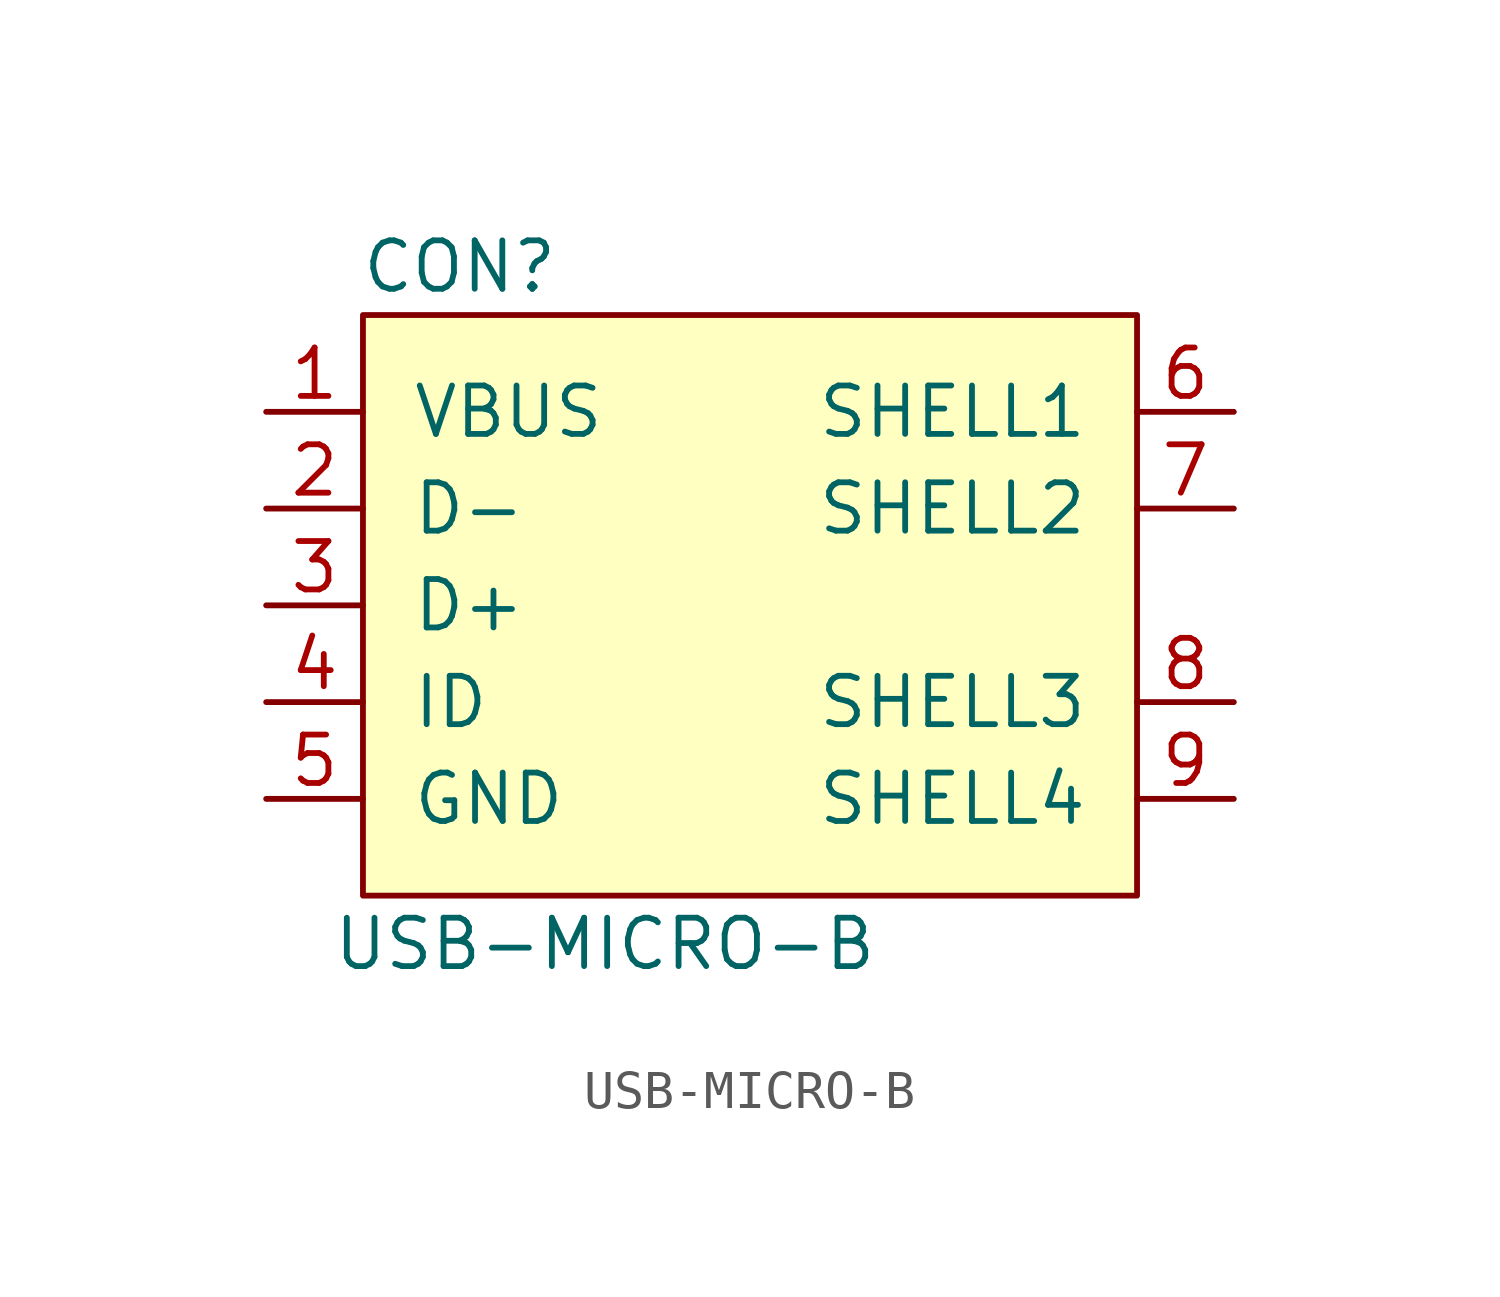
<source format=kicad_sym>
(kicad_symbol_lib
  (version 20211014)
  (generator kicad_symbol_editor)
  (symbol "USB-MICRO-B"
    (pin_names
      (offset 1.27))
    (property "Reference" "CON"
      (at -7.62 8.89 0)
      (effects (font (size 1.27 1.27))))
    (property "Value" "USB-MICRO-B"
      (at -3.81 -8.89 0)
      (effects (font (size 1.27 1.27))))
    (property "Footprint" ""
      (at 0 -2.54 0)
      (effects (font (size 1.27 1.27))))
    (property "Datasheet" ""
      (at 0 -2.54 0)
      (effects (font (size 1.27 1.27))))
    (symbol "USB-MICRO-B_0_1"
      (rectangle (start -10.16 7.62) (end 10.16 -7.62) (stroke (width 0) (type default) (color 0 0 0 0)) (fill (type background))))
    (symbol "USB-MICRO-B_1_1"
      (pin power_in line (at -12.7 5.08 0) (length 2.54) (name "VBUS" (effects (font (size 1.27 1.27)))) (number "1" (effects (font (size 1.27 1.27)))))
      (pin bidirectional line (at -12.7 2.54 0) (length 2.54) (name "D-" (effects (font (size 1.27 1.27)))) (number "2" (effects (font (size 1.27 1.27)))))
      (pin bidirectional line (at -12.7 0 0) (length 2.54) (name "D+" (effects (font (size 1.27 1.27)))) (number "3" (effects (font (size 1.27 1.27)))))
      (pin bidirectional line (at -12.7 -2.54 0) (length 2.54) (name "ID" (effects (font (size 1.27 1.27)))) (number "4" (effects (font (size 1.27 1.27)))))
      (pin power_in line (at -12.7 -5.08 0) (length 2.54) (name "GND" (effects (font (size 1.27 1.27)))) (number "5" (effects (font (size 1.27 1.27)))))
      (pin passive line (at 12.7 5.08 180) (length 2.54) (name "SHELL1" (effects (font (size 1.27 1.27)))) (number "6" (effects (font (size 1.27 1.27)))))
      (pin passive line (at 12.7 2.54 180) (length 2.54) (name "SHELL2" (effects (font (size 1.27 1.27)))) (number "7" (effects (font (size 1.27 1.27)))))
      (pin passive line (at 12.7 -2.54 180) (length 2.54) (name "SHELL3" (effects (font (size 1.27 1.27)))) (number "8" (effects (font (size 1.27 1.27)))))
      (pin passive line (at 12.7 -5.08 180) (length 2.54) (name "SHELL4" (effects (font (size 1.27 1.27)))) (number "9" (effects (font (size 1.27 1.27))))))))
</source>
